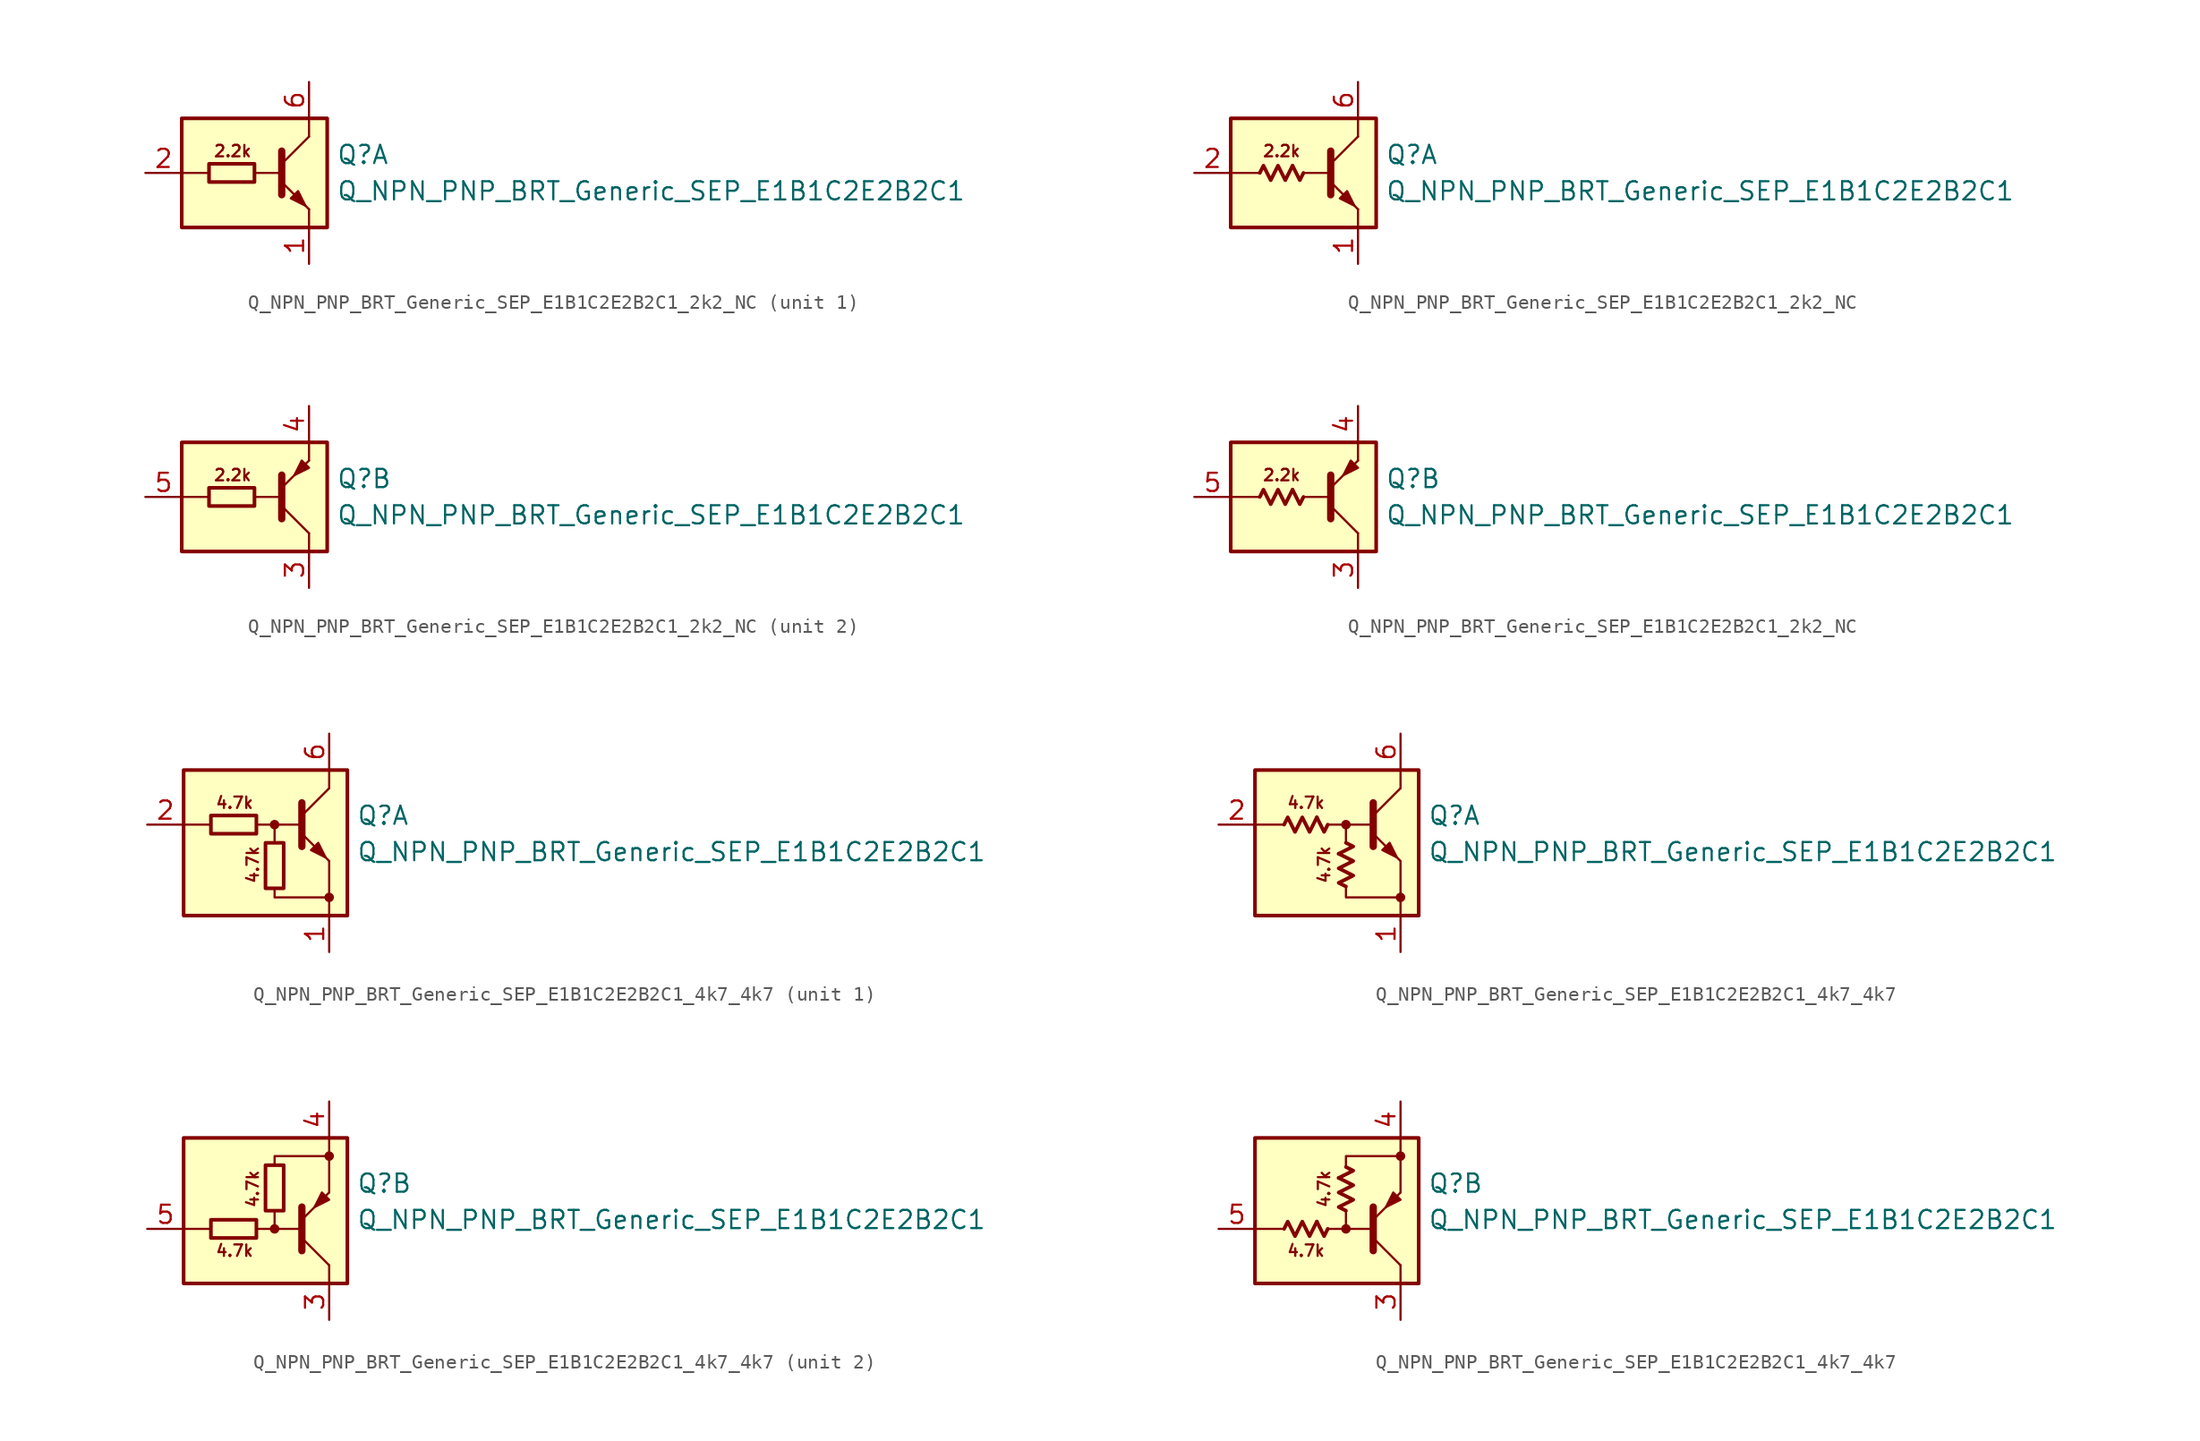
<source format=kicad_sym>
(kicad_symbol_lib
  (version 20220914)
  (generator kicad_symbol_editor)
  (symbol "Q_NPN_PNP_BRT_Generic_SEP_E1B1C2E2B2C1_2k2_NC"
    (pin_names
      (offset 1.016) hide)
    (property "Reference" "Q"
      (at 5.715 1.27 0)
      (effects (font (size 1.27 1.27)) (justify left)))
    (property "Value" "Q_NPN_PNP_BRT_Generic_SEP_E1B1C2E2B2C1"
      (at 5.715 -1.27 0)
      (effects (font (size 1.27 1.27)) (justify left)))
    (property "ki_locked" ""
      (at 0 0 0)
      (effects (font (size 1.27 1.27))))
    (symbol "Q_NPN_PNP_BRT_Generic_SEP_E1B1C2E2B2C1_2k2_NC_1_0"
      (rectangle (start -5.08 3.81) (end 5.08 -3.81) (stroke (width 0.254) (type default)) (fill (type background)))
      (polyline (pts (xy -3.175 0) (xy -5.08 0)) (stroke (width 0) (type default)) (fill (type none)))
      (polyline (pts (xy 0 0) (xy 1.905 0)) (stroke (width 0) (type default)) (fill (type none)))
      (polyline (pts (xy 1.905 0.635) (xy 3.81 2.54)) (stroke (width 0) (type default)) (fill (type none)))
      (polyline (pts (xy 1.905 1.524) (xy 1.905 -1.524)) (stroke (width 0.508) (type default)) (fill (type none)))
      (polyline (pts (xy 3.81 -2.54) (xy 3.81 -3.81)) (stroke (width 0) (type default)) (fill (type none)))
      (polyline (pts (xy 3.81 2.54) (xy 3.81 3.81)) (stroke (width 0) (type default)) (fill (type none)))
      (polyline (pts (xy 1.905 -0.635) (xy 3.81 -2.54) (xy 3.81 -2.54)) (stroke (width 0) (type default)) (fill (type none)))
      (polyline (pts (xy 2.54 -1.778) (xy 3.048 -1.27) (xy 3.556 -2.286) (xy 2.54 -1.778) (xy 2.54 -1.778)) (stroke (width 0) (type default)) (fill (type outline)))
      (text "2.2k" (at -1.524 1.524 0) (effects (font (size 0.8 0.8)))))
    (symbol "Q_NPN_PNP_BRT_Generic_SEP_E1B1C2E2B2C1_2k2_NC_1_1"
      (rectangle (start -3.175 0.635) (end 0 -0.635) (stroke (width 0.254) (type default)) (fill (type none)))
      (pin passive line (at 3.81 -6.35 90) (length 2.54) (name "E1" (effects (font (size 1.27 1.27)))) (number "1" (effects (font (size 1.27 1.27)))))
      (pin input line (at -7.62 0 0) (length 2.54) (name "B1" (effects (font (size 1.27 1.27)))) (number "2" (effects (font (size 1.27 1.27)))))
      (pin passive line (at 3.81 6.35 270) (length 2.54) (name "C1" (effects (font (size 1.27 1.27)))) (number "6" (effects (font (size 1.27 1.27))))))
    (symbol "Q_NPN_PNP_BRT_Generic_SEP_E1B1C2E2B2C1_2k2_NC_1_2"
      (polyline (pts (xy -0.762 0.508) (xy -0.254 -0.508) (xy 0 0)) (stroke (width 0.254) (type default)) (fill (type none)))
      (polyline (pts (xy -3.048 0) (xy -2.794 0.508) (xy -2.286 -0.508) (xy -1.778 0.508) (xy -1.27 -0.508) (xy -0.762 0.508)) (stroke (width 0.254) (type default)) (fill (type none)))
      (pin passive line (at 3.81 -6.35 90) (length 2.54) (name "E1" (effects (font (size 1.27 1.27)))) (number "1" (effects (font (size 1.27 1.27)))))
      (pin input line (at -7.62 0 0) (length 2.54) (name "B1" (effects (font (size 1.27 1.27)))) (number "2" (effects (font (size 1.27 1.27)))))
      (pin passive line (at 3.81 6.35 270) (length 2.54) (name "C1" (effects (font (size 1.27 1.27)))) (number "6" (effects (font (size 1.27 1.27))))))
    (symbol "Q_NPN_PNP_BRT_Generic_SEP_E1B1C2E2B2C1_2k2_NC_2_0"
      (rectangle (start -5.08 3.81) (end 5.08 -3.81) (stroke (width 0.254) (type default)) (fill (type background)))
      (polyline (pts (xy -3.175 0) (xy -5.08 0)) (stroke (width 0) (type default)) (fill (type none)))
      (polyline (pts (xy 0 0) (xy 1.905 0)) (stroke (width 0) (type default)) (fill (type none)))
      (polyline (pts (xy 1.905 -1.524) (xy 1.905 1.524)) (stroke (width 0.508) (type default)) (fill (type none)))
      (polyline (pts (xy 1.905 -0.635) (xy 3.81 -2.54)) (stroke (width 0) (type default)) (fill (type none)))
      (polyline (pts (xy 3.81 -2.54) (xy 3.81 -3.81)) (stroke (width 0) (type default)) (fill (type none)))
      (polyline (pts (xy 3.81 2.54) (xy 3.81 3.81)) (stroke (width 0) (type default)) (fill (type none)))
      (polyline (pts (xy 1.905 0.635) (xy 3.81 2.54) (xy 3.81 2.54)) (stroke (width 0) (type default)) (fill (type none)))
      (polyline (pts (xy 3.81 2.032) (xy 3.302 2.54) (xy 2.794 1.524) (xy 3.81 2.032) (xy 3.81 2.032)) (stroke (width 0) (type default)) (fill (type outline)))
      (text "2.2k" (at -1.524 1.524 0) (effects (font (size 0.8 0.8)))))
    (symbol "Q_NPN_PNP_BRT_Generic_SEP_E1B1C2E2B2C1_2k2_NC_2_1"
      (rectangle (start 0 0.635) (end -3.175 -0.635) (stroke (width 0.254) (type default)) (fill (type none)))
      (pin passive line (at 3.81 -6.35 90) (length 2.54) (name "C2" (effects (font (size 1.27 1.27)))) (number "3" (effects (font (size 1.27 1.27)))))
      (pin passive line (at 3.81 6.35 270) (length 2.54) (name "E2" (effects (font (size 1.27 1.27)))) (number "4" (effects (font (size 1.27 1.27)))))
      (pin input line (at -7.62 0 0) (length 2.54) (name "B2" (effects (font (size 1.27 1.27)))) (number "5" (effects (font (size 1.27 1.27))))))
    (symbol "Q_NPN_PNP_BRT_Generic_SEP_E1B1C2E2B2C1_2k2_NC_2_2"
      (polyline (pts (xy -0.762 0.508) (xy -0.254 -0.508) (xy 0 0)) (stroke (width 0.254) (type default)) (fill (type none)))
      (polyline (pts (xy -3.048 0) (xy -2.794 0.508) (xy -2.286 -0.508) (xy -1.778 0.508) (xy -1.27 -0.508) (xy -0.762 0.508)) (stroke (width 0.254) (type default)) (fill (type none)))
      (pin passive line (at 3.81 -6.35 90) (length 2.54) (name "C2" (effects (font (size 1.27 1.27)))) (number "3" (effects (font (size 1.27 1.27)))))
      (pin passive line (at 3.81 6.35 270) (length 2.54) (name "E2" (effects (font (size 1.27 1.27)))) (number "4" (effects (font (size 1.27 1.27)))))
      (pin input line (at -7.62 0 0) (length 2.54) (name "B2" (effects (font (size 1.27 1.27)))) (number "5" (effects (font (size 1.27 1.27)))))))
  (symbol "Q_NPN_PNP_BRT_Generic_SEP_E1B1C2E2B2C1_4k7_4k7"
    (pin_names
      (offset 1.016) hide)
    (property "Reference" "Q"
      (at 5.715 1.905 0)
      (effects (font (size 1.27 1.27)) (justify left)))
    (property "Value" "Q_NPN_PNP_BRT_Generic_SEP_E1B1C2E2B2C1"
      (at 5.715 -0.635 0)
      (effects (font (size 1.27 1.27)) (justify left)))
    (property "ki_locked" ""
      (at 0 0 0)
      (effects (font (size 1.27 1.27))))
    (symbol "Q_NPN_PNP_BRT_Generic_SEP_E1B1C2E2B2C1_4k7_4k7_1_0"
      (rectangle (start -6.35 5.08) (end 5.08 -5.08) (stroke (width 0.254) (type default)) (fill (type background)))
      (polyline (pts (xy -4.445 1.27) (xy -6.35 1.27)) (stroke (width 0) (type default)) (fill (type none)))
      (polyline (pts (xy -0.254 1.27) (xy 1.905 1.27)) (stroke (width 0) (type default)) (fill (type none)))
      (polyline (pts (xy 1.905 1.905) (xy 3.81 3.81)) (stroke (width 0) (type default)) (fill (type none)))
      (polyline (pts (xy 1.905 2.794) (xy 1.905 -0.254)) (stroke (width 0.508) (type default)) (fill (type none)))
      (polyline (pts (xy 3.81 -3.81) (xy 3.81 -5.08)) (stroke (width 0) (type default)) (fill (type none)))
      (polyline (pts (xy 3.81 -3.81) (xy 3.81 -1.27)) (stroke (width 0) (type default)) (fill (type none)))
      (polyline (pts (xy 3.81 3.81) (xy 3.81 5.08)) (stroke (width 0) (type default)) (fill (type none)))
      (polyline (pts (xy -1.27 1.27) (xy 0 1.27) (xy 0 0)) (stroke (width 0) (type default)) (fill (type none)))
      (polyline (pts (xy 0 -3.175) (xy 0 -3.81) (xy 3.81 -3.81)) (stroke (width 0) (type default)) (fill (type none)))
      (polyline (pts (xy 1.905 0.635) (xy 3.81 -1.27) (xy 3.81 -1.27)) (stroke (width 0) (type default)) (fill (type none)))
      (polyline (pts (xy 2.54 -0.508) (xy 3.048 0) (xy 3.556 -1.016) (xy 2.54 -0.508) (xy 2.54 -0.508)) (stroke (width 0) (type default)) (fill (type outline)))
      (circle (center 0 1.27) (radius 0.254) (stroke (width 0) (type default)) (fill (type outline)))
      (circle (center 3.81 -3.81) (radius 0.254) (stroke (width 0) (type default)) (fill (type outline)))
      (text "4.7k" (at -2.794 2.794 0) (effects (font (size 0.8 0.8))))
      (text "4.7k" (at -1.524 -1.524 900) (effects (font (size 0.8 0.8)))))
    (symbol "Q_NPN_PNP_BRT_Generic_SEP_E1B1C2E2B2C1_4k7_4k7_1_1"
      (rectangle (start -4.445 1.905) (end -1.27 0.635) (stroke (width 0.254) (type default)) (fill (type none)))
      (rectangle (start -0.635 0) (end 0.635 -3.175) (stroke (width 0.254) (type default)) (fill (type none)))
      (pin passive line (at 3.81 -7.62 90) (length 2.54) (name "E1" (effects (font (size 1.27 1.27)))) (number "1" (effects (font (size 1.27 1.27)))))
      (pin input line (at -8.89 1.27 0) (length 2.54) (name "B1" (effects (font (size 1.27 1.27)))) (number "2" (effects (font (size 1.27 1.27)))))
      (pin passive line (at 3.81 7.62 270) (length 2.54) (name "C1" (effects (font (size 1.27 1.27)))) (number "6" (effects (font (size 1.27 1.27))))))
    (symbol "Q_NPN_PNP_BRT_Generic_SEP_E1B1C2E2B2C1_4k7_4k7_1_2"
      (polyline (pts (xy -2.032 1.778) (xy -1.524 0.762) (xy -1.27 1.27)) (stroke (width 0.254) (type default)) (fill (type none)))
      (polyline (pts (xy -0.508 -0.762) (xy 0.508 -0.254) (xy 0 0)) (stroke (width 0.254) (type default)) (fill (type none)))
      (polyline (pts (xy -4.318 1.27) (xy -4.064 1.778) (xy -3.556 0.762) (xy -3.048 1.778) (xy -2.54 0.762) (xy -2.032 1.778)) (stroke (width 0.254) (type default)) (fill (type none)))
      (polyline (pts (xy 0 -3.048) (xy -0.508 -2.794) (xy 0.508 -2.286) (xy -0.508 -1.778) (xy 0.508 -1.27) (xy -0.508 -0.762)) (stroke (width 0.254) (type default)) (fill (type none)))
      (pin passive line (at 3.81 -7.62 90) (length 2.54) (name "E1" (effects (font (size 1.27 1.27)))) (number "1" (effects (font (size 1.27 1.27)))))
      (pin input line (at -8.89 1.27 0) (length 2.54) (name "B1" (effects (font (size 1.27 1.27)))) (number "2" (effects (font (size 1.27 1.27)))))
      (pin passive line (at 3.81 7.62 270) (length 2.54) (name "C1" (effects (font (size 1.27 1.27)))) (number "6" (effects (font (size 1.27 1.27))))))
    (symbol "Q_NPN_PNP_BRT_Generic_SEP_E1B1C2E2B2C1_4k7_4k7_2_0"
      (rectangle (start -6.35 5.08) (end 5.08 -5.08) (stroke (width 0.254) (type default)) (fill (type background)))
      (circle (center 0 -1.27) (radius 0.254) (stroke (width 0) (type default)) (fill (type outline)))
      (polyline (pts (xy -4.445 -1.27) (xy -6.35 -1.27)) (stroke (width 0) (type default)) (fill (type none)))
      (polyline (pts (xy -0.254 -1.27) (xy 1.905 -1.27)) (stroke (width 0) (type default)) (fill (type none)))
      (polyline (pts (xy 1.905 -2.794) (xy 1.905 0.254)) (stroke (width 0.508) (type default)) (fill (type none)))
      (polyline (pts (xy 1.905 -1.905) (xy 3.81 -3.81)) (stroke (width 0) (type default)) (fill (type none)))
      (polyline (pts (xy 3.81 -3.81) (xy 3.81 -5.08)) (stroke (width 0) (type default)) (fill (type none)))
      (polyline (pts (xy 3.81 3.81) (xy 3.81 1.27)) (stroke (width 0) (type default)) (fill (type none)))
      (polyline (pts (xy 3.81 3.81) (xy 3.81 5.08)) (stroke (width 0) (type default)) (fill (type none)))
      (polyline (pts (xy -1.27 -1.27) (xy 0 -1.27) (xy 0 0)) (stroke (width 0) (type default)) (fill (type none)))
      (polyline (pts (xy 0 3.175) (xy 0 3.81) (xy 3.81 3.81)) (stroke (width 0) (type default)) (fill (type none)))
      (polyline (pts (xy 1.905 -0.635) (xy 3.81 1.27) (xy 3.81 1.27)) (stroke (width 0) (type default)) (fill (type none)))
      (polyline (pts (xy 3.81 0.762) (xy 3.302 1.27) (xy 2.794 0.254) (xy 3.81 0.762) (xy 3.81 0.762)) (stroke (width 0) (type default)) (fill (type outline)))
      (circle (center 3.81 3.81) (radius 0.254) (stroke (width 0) (type default)) (fill (type outline)))
      (text "4.7k" (at -2.794 -2.794 0) (effects (font (size 0.8 0.8))))
      (text "4.7k" (at -1.524 1.524 900) (effects (font (size 0.8 0.8)))))
    (symbol "Q_NPN_PNP_BRT_Generic_SEP_E1B1C2E2B2C1_4k7_4k7_2_1"
      (rectangle (start -1.27 -0.635) (end -4.445 -1.905) (stroke (width 0.254) (type default)) (fill (type none)))
      (rectangle (start 0.635 3.175) (end -0.635 0) (stroke (width 0.254) (type default)) (fill (type none)))
      (pin passive line (at 3.81 -7.62 90) (length 2.54) (name "C2" (effects (font (size 1.27 1.27)))) (number "3" (effects (font (size 1.27 1.27)))))
      (pin passive line (at 3.81 7.62 270) (length 2.54) (name "E2" (effects (font (size 1.27 1.27)))) (number "4" (effects (font (size 1.27 1.27)))))
      (pin input line (at -8.89 -1.27 0) (length 2.54) (name "B2" (effects (font (size 1.27 1.27)))) (number "5" (effects (font (size 1.27 1.27))))))
    (symbol "Q_NPN_PNP_BRT_Generic_SEP_E1B1C2E2B2C1_4k7_4k7_2_2"
      (polyline (pts (xy -2.032 -0.762) (xy -1.524 -1.778) (xy -1.27 -1.27)) (stroke (width 0.254) (type default)) (fill (type none)))
      (polyline (pts (xy -0.508 2.286) (xy 0.508 2.794) (xy 0 3.048)) (stroke (width 0.254) (type default)) (fill (type none)))
      (polyline (pts (xy -4.318 -1.27) (xy -4.064 -0.762) (xy -3.556 -1.778) (xy -3.048 -0.762) (xy -2.54 -1.778) (xy -2.032 -0.762)) (stroke (width 0.254) (type default)) (fill (type none)))
      (polyline (pts (xy 0 0) (xy -0.508 0.254) (xy 0.508 0.762) (xy -0.508 1.27) (xy 0.508 1.778) (xy -0.508 2.286)) (stroke (width 0.254) (type default)) (fill (type none)))
      (pin passive line (at 3.81 -7.62 90) (length 2.54) (name "C2" (effects (font (size 1.27 1.27)))) (number "3" (effects (font (size 1.27 1.27)))))
      (pin passive line (at 3.81 7.62 270) (length 2.54) (name "E2" (effects (font (size 1.27 1.27)))) (number "4" (effects (font (size 1.27 1.27)))))
      (pin input line (at -8.89 -1.27 0) (length 2.54) (name "B2" (effects (font (size 1.27 1.27)))) (number "5" (effects (font (size 1.27 1.27))))))))
</source>
